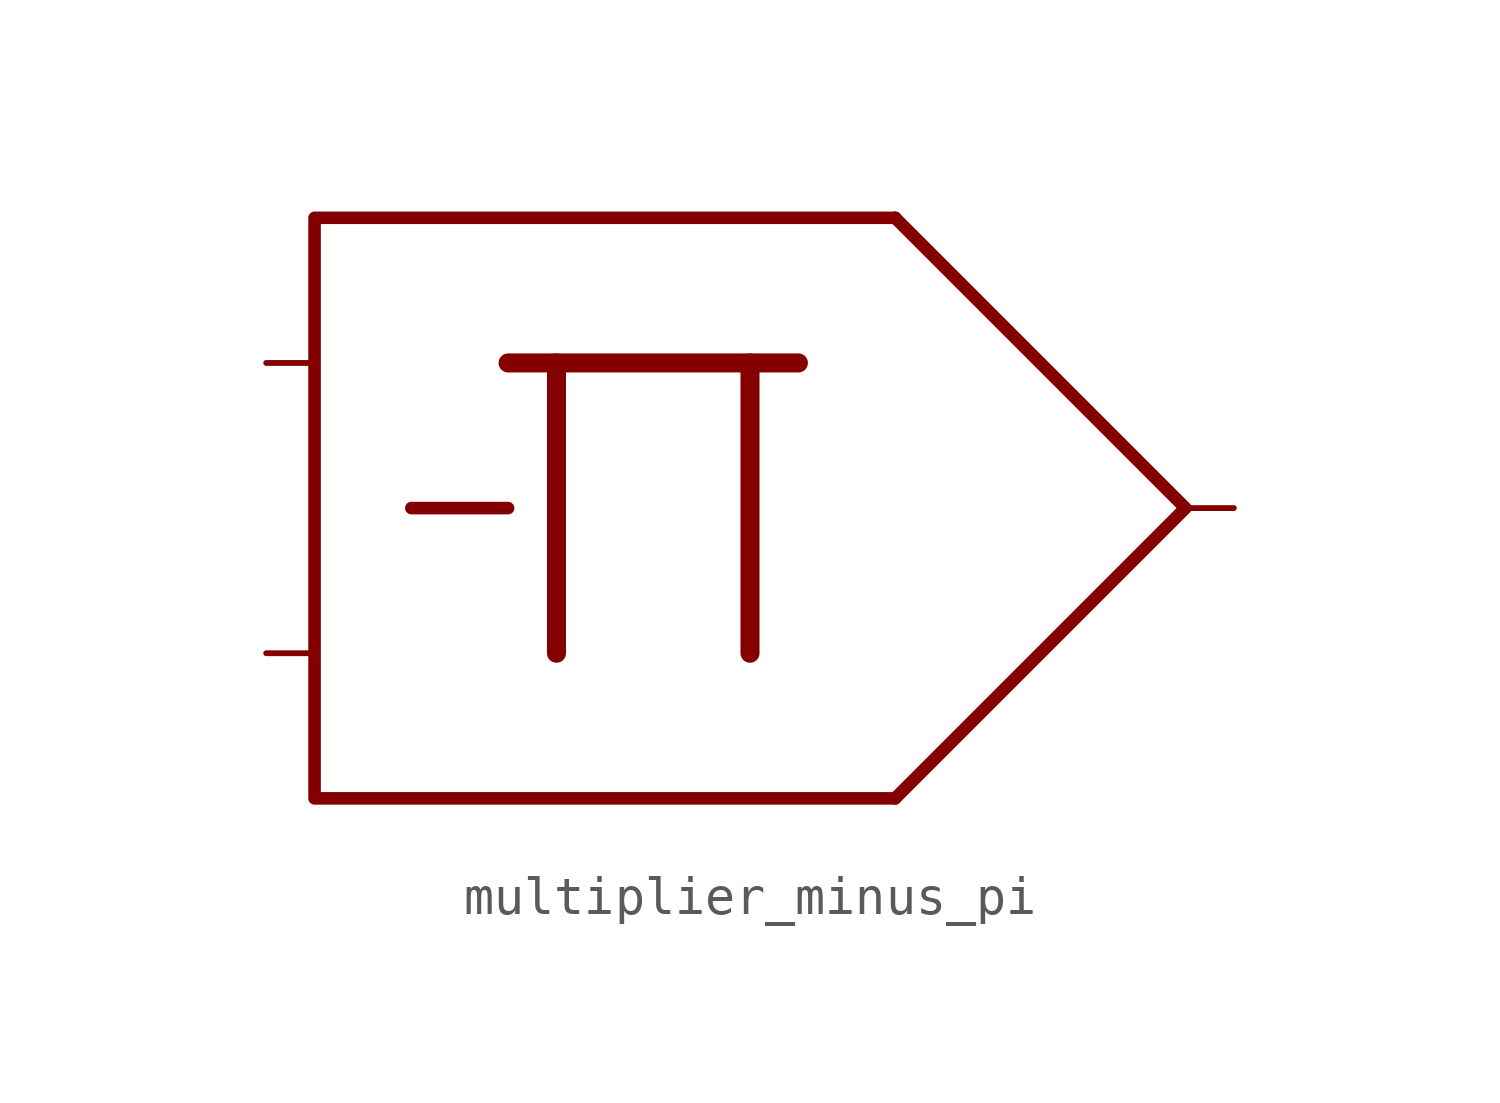
<source format=kicad_sym>
(kicad_symbol_lib
  (version 20211014)
  (generator kicad_symbol_editor)
  (symbol "multiplier_minus_pi"
    (property "Reference" "U"
      (at 3.81 12.7 0)
      (effects (font (size 1.27 1.27)) hide))
    (symbol "multiplier_minus_pi_0_0"
      (polyline (pts (xy -12.7 0) (xy -10.16 0)) (stroke (width 0.33) (type default) (color 0 0 0 0)) (fill (type none)))
      (polyline (pts (xy -8.89 -3.81) (xy -8.89 3.81)) (stroke (width 0.5) (type default) (color 0 0 0 0)) (fill (type none)))
      (polyline (pts (xy -3.81 3.81) (xy -3.81 -3.81)) (stroke (width 0.5) (type default) (color 0 0 0 0)) (fill (type none)))
      (polyline (pts (xy -2.54 3.81) (xy -10.16 3.81)) (stroke (width 0.5) (type default) (color 0 0 0 0)) (fill (type none)))
      (polyline (pts (xy 0 7.62) (xy -15.24 7.62) (xy -15.24 -7.62) (xy 0 -7.62)) (stroke (width 0.33) (type default) (color 0 0 0 0)) (fill (type none))))
    (symbol "multiplier_minus_pi_0_1"
      (polyline (pts (xy 0 7.62) (xy 7.62 0) (xy 0 -7.62)) (stroke (width 0.33) (type default) (color 0 0 0 0)) (fill (type none))))
    (symbol "multiplier_minus_pi_1_1"
      (pin input line (at -16.51 -3.81 0) (length 1.27) (name "" (effects (font (size 1.27 1.27)))) (number "" (effects (font (size 1.27 1.27)))))
      (pin input line (at -16.51 3.81 0) (length 1.27) (name "" (effects (font (size 1.27 1.27)))) (number "" (effects (font (size 1.27 1.27)))))
      (pin output line (at 8.89 0 180) (length 1.27) (name "" (effects (font (size 1.27 1.27)))) (number "" (effects (font (size 1.27 1.27))))))))
</source>
